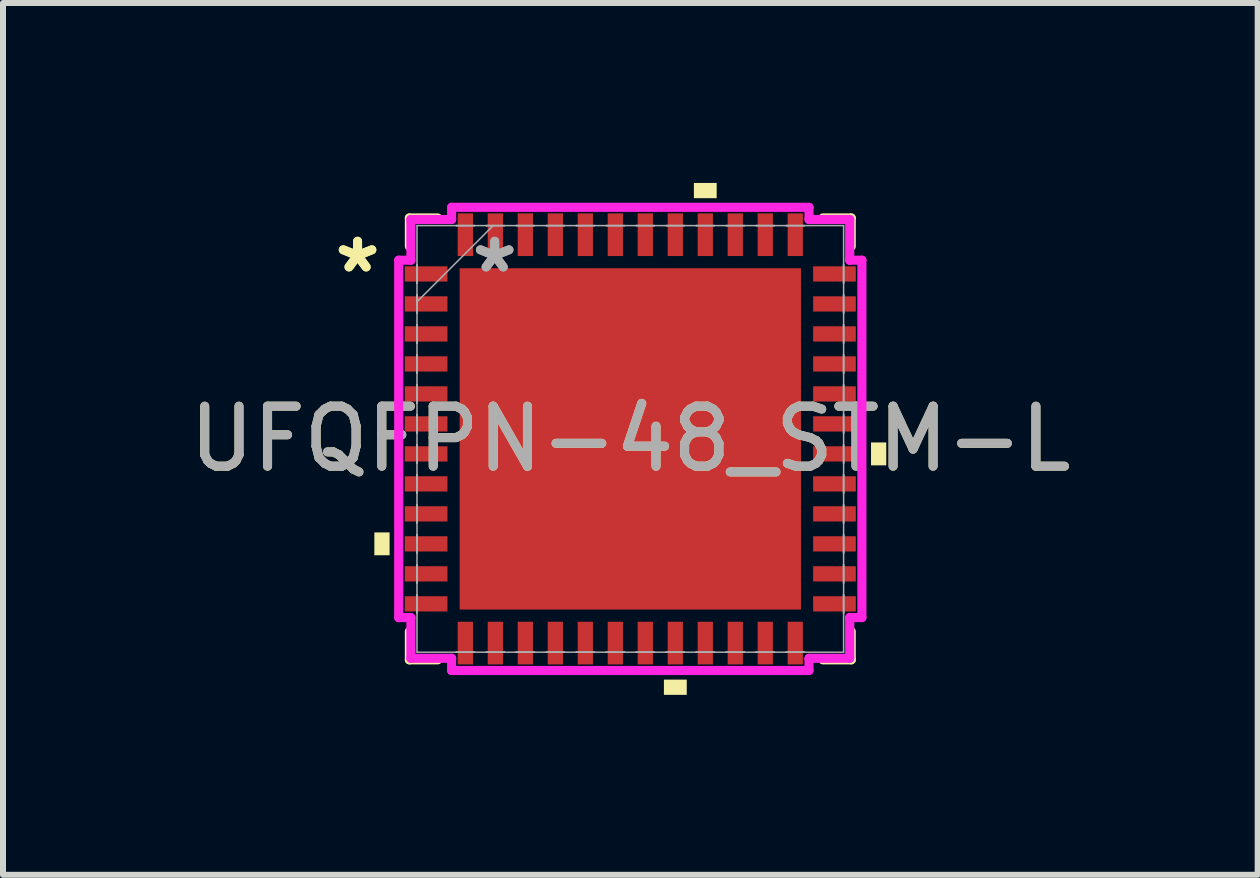
<source format=kicad_pcb>
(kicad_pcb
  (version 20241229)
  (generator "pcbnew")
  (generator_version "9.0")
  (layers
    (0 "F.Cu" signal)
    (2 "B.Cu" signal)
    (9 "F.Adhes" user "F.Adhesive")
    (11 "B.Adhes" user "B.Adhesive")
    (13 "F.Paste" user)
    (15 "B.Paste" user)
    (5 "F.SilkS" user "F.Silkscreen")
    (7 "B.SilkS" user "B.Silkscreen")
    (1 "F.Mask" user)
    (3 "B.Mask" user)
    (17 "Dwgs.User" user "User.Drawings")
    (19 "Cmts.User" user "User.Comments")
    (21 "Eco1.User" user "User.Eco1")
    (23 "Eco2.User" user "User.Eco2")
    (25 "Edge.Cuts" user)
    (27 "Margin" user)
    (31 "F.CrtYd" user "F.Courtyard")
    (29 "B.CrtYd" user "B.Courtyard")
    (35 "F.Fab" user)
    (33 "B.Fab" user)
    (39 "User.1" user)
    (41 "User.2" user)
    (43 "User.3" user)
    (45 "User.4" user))
  (footprint "UFQFPN-48_STM-L"
    (layer "F.Cu")
    (at 7.458 4.267)
    (property "Reference" "UFQFPN-48_STM-L" (at 0 0 0) (unlocked yes) (layer "F.SilkS") (effects (font (size 1 1) (thickness 0.15))))
    (attr smd)
    (fp_line (start -3.683 -3.683) (end -3.683 -3.21) (stroke (width 0.152) (type solid)) (layer "F.SilkS"))
    (fp_line (start -3.683 3.21) (end -3.683 3.683) (stroke (width 0.152) (type solid)) (layer "F.SilkS"))
    (fp_line (start -3.683 3.683) (end -3.21 3.683) (stroke (width 0.152) (type solid)) (layer "F.SilkS"))
    (fp_line (start -3.21 -3.683) (end -3.683 -3.683) (stroke (width 0.152) (type solid)) (layer "F.SilkS"))
    (fp_line (start 3.21 3.683) (end 3.683 3.683) (stroke (width 0.152) (type solid)) (layer "F.SilkS"))
    (fp_line (start 3.683 -3.683) (end 3.21 -3.683) (stroke (width 0.152) (type solid)) (layer "F.SilkS"))
    (fp_line (start 3.683 -3.21) (end 3.683 -3.683) (stroke (width 0.152) (type solid)) (layer "F.SilkS"))
    (fp_line (start 3.683 3.683) (end 3.683 3.21) (stroke (width 0.152) (type solid)) (layer "F.SilkS"))
    (fp_poly (pts (xy -4.267 1.559) (xy -4.267 1.94) (xy -4.013 1.94) (xy -4.013 1.559)) (stroke (width 0) (type solid)) (fill yes) (layer "F.SilkS"))
    (fp_poly (pts (xy 0.56 4.013) (xy 0.56 4.267) (xy 0.941 4.267) (xy 0.941 4.013)) (stroke (width 0) (type solid)) (fill yes) (layer "F.SilkS"))
    (fp_poly (pts (xy 1.06 -4.013) (xy 1.06 -4.267) (xy 1.44 -4.267) (xy 1.44 -4.013)) (stroke (width 0) (type solid)) (fill yes) (layer "F.SilkS"))
    (fp_poly (pts (xy 4.267 0.059) (xy 4.267 0.441) (xy 4.013 0.441) (xy 4.013 0.059)) (stroke (width 0) (type solid)) (fill yes) (layer "F.SilkS"))
    (fp_line (start -3.861 -2.979) (end -3.658 -2.979) (stroke (width 0.152) (type solid)) (layer "F.CrtYd"))
    (fp_line (start -3.861 2.979) (end -3.861 -2.979) (stroke (width 0.152) (type solid)) (layer "F.CrtYd"))
    (fp_line (start -3.658 -3.658) (end -2.979 -3.658) (stroke (width 0.152) (type solid)) (layer "F.CrtYd"))
    (fp_line (start -3.658 -2.979) (end -3.658 -3.658) (stroke (width 0.152) (type solid)) (layer "F.CrtYd"))
    (fp_line (start -3.658 2.979) (end -3.861 2.979) (stroke (width 0.152) (type solid)) (layer "F.CrtYd"))
    (fp_line (start -3.658 3.658) (end -3.658 2.979) (stroke (width 0.152) (type solid)) (layer "F.CrtYd"))
    (fp_line (start -2.979 -3.861) (end 2.979 -3.861) (stroke (width 0.152) (type solid)) (layer "F.CrtYd"))
    (fp_line (start -2.979 -3.658) (end -2.979 -3.861) (stroke (width 0.152) (type solid)) (layer "F.CrtYd"))
    (fp_line (start -2.979 3.658) (end -3.658 3.658) (stroke (width 0.152) (type solid)) (layer "F.CrtYd"))
    (fp_line (start -2.979 3.861) (end -2.979 3.658) (stroke (width 0.152) (type solid)) (layer "F.CrtYd"))
    (fp_line (start 2.979 -3.861) (end 2.979 -3.658) (stroke (width 0.152) (type solid)) (layer "F.CrtYd"))
    (fp_line (start 2.979 -3.658) (end 3.658 -3.658) (stroke (width 0.152) (type solid)) (layer "F.CrtYd"))
    (fp_line (start 2.979 3.658) (end 2.979 3.861) (stroke (width 0.152) (type solid)) (layer "F.CrtYd"))
    (fp_line (start 2.979 3.861) (end -2.979 3.861) (stroke (width 0.152) (type solid)) (layer "F.CrtYd"))
    (fp_line (start 3.658 -3.658) (end 3.658 -2.979) (stroke (width 0.152) (type solid)) (layer "F.CrtYd"))
    (fp_line (start 3.658 -2.979) (end 3.861 -2.979) (stroke (width 0.152) (type solid)) (layer "F.CrtYd"))
    (fp_line (start 3.658 2.979) (end 3.658 3.658) (stroke (width 0.152) (type solid)) (layer "F.CrtYd"))
    (fp_line (start 3.658 3.658) (end 2.979 3.658) (stroke (width 0.152) (type solid)) (layer "F.CrtYd"))
    (fp_line (start 3.861 -2.979) (end 3.861 2.979) (stroke (width 0.152) (type solid)) (layer "F.CrtYd"))
    (fp_line (start 3.861 2.979) (end 3.658 2.979) (stroke (width 0.152) (type solid)) (layer "F.CrtYd"))
    (fp_line (start -3.556 -3.556) (end -3.556 3.556) (stroke (width 0.025) (type solid)) (layer "F.Fab"))
    (fp_line (start -3.556 -2.902) (end -3.556 -2.902) (stroke (width 0.025) (type solid)) (layer "F.Fab"))
    (fp_line (start -3.556 -2.902) (end -3.556 -2.598) (stroke (width 0.025) (type solid)) (layer "F.Fab"))
    (fp_line (start -3.556 -2.598) (end -3.556 -2.902) (stroke (width 0.025) (type solid)) (layer "F.Fab"))
    (fp_line (start -3.556 -2.598) (end -3.556 -2.598) (stroke (width 0.025) (type solid)) (layer "F.Fab"))
    (fp_line (start -3.556 -2.402) (end -3.556 -2.402) (stroke (width 0.025) (type solid)) (layer "F.Fab"))
    (fp_line (start -3.556 -2.402) (end -3.556 -2.098) (stroke (width 0.025) (type solid)) (layer "F.Fab"))
    (fp_line (start -3.556 -2.286) (end -2.286 -3.556) (stroke (width 0.025) (type solid)) (layer "F.Fab"))
    (fp_line (start -3.556 -2.098) (end -3.556 -2.402) (stroke (width 0.025) (type solid)) (layer "F.Fab"))
    (fp_line (start -3.556 -2.098) (end -3.556 -2.098) (stroke (width 0.025) (type solid)) (layer "F.Fab"))
    (fp_line (start -3.556 -1.902) (end -3.556 -1.902) (stroke (width 0.025) (type solid)) (layer "F.Fab"))
    (fp_line (start -3.556 -1.902) (end -3.556 -1.598) (stroke (width 0.025) (type solid)) (layer "F.Fab"))
    (fp_line (start -3.556 -1.598) (end -3.556 -1.902) (stroke (width 0.025) (type solid)) (layer "F.Fab"))
    (fp_line (start -3.556 -1.598) (end -3.556 -1.598) (stroke (width 0.025) (type solid)) (layer "F.Fab"))
    (fp_line (start -3.556 -1.402) (end -3.556 -1.402) (stroke (width 0.025) (type solid)) (layer "F.Fab"))
    (fp_line (start -3.556 -1.402) (end -3.556 -1.098) (stroke (width 0.025) (type solid)) (layer "F.Fab"))
    (fp_line (start -3.556 -1.098) (end -3.556 -1.402) (stroke (width 0.025) (type solid)) (layer "F.Fab"))
    (fp_line (start -3.556 -1.098) (end -3.556 -1.098) (stroke (width 0.025) (type solid)) (layer "F.Fab"))
    (fp_line (start -3.556 -0.902) (end -3.556 -0.902) (stroke (width 0.025) (type solid)) (layer "F.Fab"))
    (fp_line (start -3.556 -0.902) (end -3.556 -0.598) (stroke (width 0.025) (type solid)) (layer "F.Fab"))
    (fp_line (start -3.556 -0.598) (end -3.556 -0.902) (stroke (width 0.025) (type solid)) (layer "F.Fab"))
    (fp_line (start -3.556 -0.598) (end -3.556 -0.598) (stroke (width 0.025) (type solid)) (layer "F.Fab"))
    (fp_line (start -3.556 -0.402) (end -3.556 -0.402) (stroke (width 0.025) (type solid)) (layer "F.Fab"))
    (fp_line (start -3.556 -0.402) (end -3.556 -0.098) (stroke (width 0.025) (type solid)) (layer "F.Fab"))
    (fp_line (start -3.556 -0.098) (end -3.556 -0.402) (stroke (width 0.025) (type solid)) (layer "F.Fab"))
    (fp_line (start -3.556 -0.098) (end -3.556 -0.098) (stroke (width 0.025) (type solid)) (layer "F.Fab"))
    (fp_line (start -3.556 0.098) (end -3.556 0.098) (stroke (width 0.025) (type solid)) (layer "F.Fab"))
    (fp_line (start -3.556 0.098) (end -3.556 0.402) (stroke (width 0.025) (type solid)) (layer "F.Fab"))
    (fp_line (start -3.556 0.402) (end -3.556 0.098) (stroke (width 0.025) (type solid)) (layer "F.Fab"))
    (fp_line (start -3.556 0.402) (end -3.556 0.402) (stroke (width 0.025) (type solid)) (layer "F.Fab"))
    (fp_line (start -3.556 0.598) (end -3.556 0.598) (stroke (width 0.025) (type solid)) (layer "F.Fab"))
    (fp_line (start -3.556 0.598) (end -3.556 0.902) (stroke (width 0.025) (type solid)) (layer "F.Fab"))
    (fp_line (start -3.556 0.902) (end -3.556 0.598) (stroke (width 0.025) (type solid)) (layer "F.Fab"))
    (fp_line (start -3.556 0.902) (end -3.556 0.902) (stroke (width 0.025) (type solid)) (layer "F.Fab"))
    (fp_line (start -3.556 1.098) (end -3.556 1.098) (stroke (width 0.025) (type solid)) (layer "F.Fab"))
    (fp_line (start -3.556 1.098) (end -3.556 1.402) (stroke (width 0.025) (type solid)) (layer "F.Fab"))
    (fp_line (start -3.556 1.402) (end -3.556 1.098) (stroke (width 0.025) (type solid)) (layer "F.Fab"))
    (fp_line (start -3.556 1.402) (end -3.556 1.402) (stroke (width 0.025) (type solid)) (layer "F.Fab"))
    (fp_line (start -3.556 1.598) (end -3.556 1.598) (stroke (width 0.025) (type solid)) (layer "F.Fab"))
    (fp_line (start -3.556 1.598) (end -3.556 1.902) (stroke (width 0.025) (type solid)) (layer "F.Fab"))
    (fp_line (start -3.556 1.902) (end -3.556 1.598) (stroke (width 0.025) (type solid)) (layer "F.Fab"))
    (fp_line (start -3.556 1.902) (end -3.556 1.902) (stroke (width 0.025) (type solid)) (layer "F.Fab"))
    (fp_line (start -3.556 2.098) (end -3.556 2.098) (stroke (width 0.025) (type solid)) (layer "F.Fab"))
    (fp_line (start -3.556 2.098) (end -3.556 2.402) (stroke (width 0.025) (type solid)) (layer "F.Fab"))
    (fp_line (start -3.556 2.402) (end -3.556 2.098) (stroke (width 0.025) (type solid)) (layer "F.Fab"))
    (fp_line (start -3.556 2.402) (end -3.556 2.402) (stroke (width 0.025) (type solid)) (layer "F.Fab"))
    (fp_line (start -3.556 2.598) (end -3.556 2.598) (stroke (width 0.025) (type solid)) (layer "F.Fab"))
    (fp_line (start -3.556 2.598) (end -3.556 2.902) (stroke (width 0.025) (type solid)) (layer "F.Fab"))
    (fp_line (start -3.556 2.902) (end -3.556 2.598) (stroke (width 0.025) (type solid)) (layer "F.Fab"))
    (fp_line (start -3.556 2.902) (end -3.556 2.902) (stroke (width 0.025) (type solid)) (layer "F.Fab"))
    (fp_line (start -3.556 3.556) (end 3.556 3.556) (stroke (width 0.025) (type solid)) (layer "F.Fab"))
    (fp_line (start -2.902 -3.556) (end -2.902 -3.556) (stroke (width 0.025) (type solid)) (layer "F.Fab"))
    (fp_line (start -2.902 -3.556) (end -2.598 -3.556) (stroke (width 0.025) (type solid)) (layer "F.Fab"))
    (fp_line (start -2.902 3.556) (end -2.902 3.556) (stroke (width 0.025) (type solid)) (layer "F.Fab"))
    (fp_line (start -2.902 3.556) (end -2.598 3.556) (stroke (width 0.025) (type solid)) (layer "F.Fab"))
    (fp_line (start -2.598 -3.556) (end -2.902 -3.556) (stroke (width 0.025) (type solid)) (layer "F.Fab"))
    (fp_line (start -2.598 -3.556) (end -2.598 -3.556) (stroke (width 0.025) (type solid)) (layer "F.Fab"))
    (fp_line (start -2.598 3.556) (end -2.902 3.556) (stroke (width 0.025) (type solid)) (layer "F.Fab"))
    (fp_line (start -2.598 3.556) (end -2.598 3.556) (stroke (width 0.025) (type solid)) (layer "F.Fab"))
    (fp_line (start -2.402 -3.556) (end -2.402 -3.556) (stroke (width 0.025) (type solid)) (layer "F.Fab"))
    (fp_line (start -2.402 -3.556) (end -2.098 -3.556) (stroke (width 0.025) (type solid)) (layer "F.Fab"))
    (fp_line (start -2.402 3.556) (end -2.402 3.556) (stroke (width 0.025) (type solid)) (layer "F.Fab"))
    (fp_line (start -2.402 3.556) (end -2.098 3.556) (stroke (width 0.025) (type solid)) (layer "F.Fab"))
    (fp_line (start -2.098 -3.556) (end -2.402 -3.556) (stroke (width 0.025) (type solid)) (layer "F.Fab"))
    (fp_line (start -2.098 -3.556) (end -2.098 -3.556) (stroke (width 0.025) (type solid)) (layer "F.Fab"))
    (fp_line (start -2.098 3.556) (end -2.402 3.556) (stroke (width 0.025) (type solid)) (layer "F.Fab"))
    (fp_line (start -2.098 3.556) (end -2.098 3.556) (stroke (width 0.025) (type solid)) (layer "F.Fab"))
    (fp_line (start -1.902 -3.556) (end -1.902 -3.556) (stroke (width 0.025) (type solid)) (layer "F.Fab"))
    (fp_line (start -1.902 -3.556) (end -1.598 -3.556) (stroke (width 0.025) (type solid)) (layer "F.Fab"))
    (fp_line (start -1.902 3.556) (end -1.902 3.556) (stroke (width 0.025) (type solid)) (layer "F.Fab"))
    (fp_line (start -1.902 3.556) (end -1.598 3.556) (stroke (width 0.025) (type solid)) (layer "F.Fab"))
    (fp_line (start -1.598 -3.556) (end -1.902 -3.556) (stroke (width 0.025) (type solid)) (layer "F.Fab"))
    (fp_line (start -1.598 -3.556) (end -1.598 -3.556) (stroke (width 0.025) (type solid)) (layer "F.Fab"))
    (fp_line (start -1.598 3.556) (end -1.902 3.556) (stroke (width 0.025) (type solid)) (layer "F.Fab"))
    (fp_line (start -1.598 3.556) (end -1.598 3.556) (stroke (width 0.025) (type solid)) (layer "F.Fab"))
    (fp_line (start -1.402 -3.556) (end -1.402 -3.556) (stroke (width 0.025) (type solid)) (layer "F.Fab"))
    (fp_line (start -1.402 -3.556) (end -1.098 -3.556) (stroke (width 0.025) (type solid)) (layer "F.Fab"))
    (fp_line (start -1.402 3.556) (end -1.402 3.556) (stroke (width 0.025) (type solid)) (layer "F.Fab"))
    (fp_line (start -1.402 3.556) (end -1.098 3.556) (stroke (width 0.025) (type solid)) (layer "F.Fab"))
    (fp_line (start -1.098 -3.556) (end -1.402 -3.556) (stroke (width 0.025) (type solid)) (layer "F.Fab"))
    (fp_line (start -1.098 -3.556) (end -1.098 -3.556) (stroke (width 0.025) (type solid)) (layer "F.Fab"))
    (fp_line (start -1.098 3.556) (end -1.402 3.556) (stroke (width 0.025) (type solid)) (layer "F.Fab"))
    (fp_line (start -1.098 3.556) (end -1.098 3.556) (stroke (width 0.025) (type solid)) (layer "F.Fab"))
    (fp_line (start -0.902 -3.556) (end -0.902 -3.556) (stroke (width 0.025) (type solid)) (layer "F.Fab"))
    (fp_line (start -0.902 -3.556) (end -0.598 -3.556) (stroke (width 0.025) (type solid)) (layer "F.Fab"))
    (fp_line (start -0.902 3.556) (end -0.902 3.556) (stroke (width 0.025) (type solid)) (layer "F.Fab"))
    (fp_line (start -0.902 3.556) (end -0.598 3.556) (stroke (width 0.025) (type solid)) (layer "F.Fab"))
    (fp_line (start -0.598 -3.556) (end -0.902 -3.556) (stroke (width 0.025) (type solid)) (layer "F.Fab"))
    (fp_line (start -0.598 -3.556) (end -0.598 -3.556) (stroke (width 0.025) (type solid)) (layer "F.Fab"))
    (fp_line (start -0.598 3.556) (end -0.902 3.556) (stroke (width 0.025) (type solid)) (layer "F.Fab"))
    (fp_line (start -0.598 3.556) (end -0.598 3.556) (stroke (width 0.025) (type solid)) (layer "F.Fab"))
    (fp_line (start -0.402 -3.556) (end -0.402 -3.556) (stroke (width 0.025) (type solid)) (layer "F.Fab"))
    (fp_line (start -0.402 -3.556) (end -0.098 -3.556) (stroke (width 0.025) (type solid)) (layer "F.Fab"))
    (fp_line (start -0.402 3.556) (end -0.402 3.556) (stroke (width 0.025) (type solid)) (layer "F.Fab"))
    (fp_line (start -0.402 3.556) (end -0.098 3.556) (stroke (width 0.025) (type solid)) (layer "F.Fab"))
    (fp_line (start -0.098 -3.556) (end -0.402 -3.556) (stroke (width 0.025) (type solid)) (layer "F.Fab"))
    (fp_line (start -0.098 -3.556) (end -0.098 -3.556) (stroke (width 0.025) (type solid)) (layer "F.Fab"))
    (fp_line (start -0.098 3.556) (end -0.402 3.556) (stroke (width 0.025) (type solid)) (layer "F.Fab"))
    (fp_line (start -0.098 3.556) (end -0.098 3.556) (stroke (width 0.025) (type solid)) (layer "F.Fab"))
    (fp_line (start 0.098 -3.556) (end 0.098 -3.556) (stroke (width 0.025) (type solid)) (layer "F.Fab"))
    (fp_line (start 0.098 -3.556) (end 0.402 -3.556) (stroke (width 0.025) (type solid)) (layer "F.Fab"))
    (fp_line (start 0.098 3.556) (end 0.098 3.556) (stroke (width 0.025) (type solid)) (layer "F.Fab"))
    (fp_line (start 0.098 3.556) (end 0.402 3.556) (stroke (width 0.025) (type solid)) (layer "F.Fab"))
    (fp_line (start 0.402 -3.556) (end 0.098 -3.556) (stroke (width 0.025) (type solid)) (layer "F.Fab"))
    (fp_line (start 0.402 -3.556) (end 0.402 -3.556) (stroke (width 0.025) (type solid)) (layer "F.Fab"))
    (fp_line (start 0.402 3.556) (end 0.098 3.556) (stroke (width 0.025) (type solid)) (layer "F.Fab"))
    (fp_line (start 0.402 3.556) (end 0.402 3.556) (stroke (width 0.025) (type solid)) (layer "F.Fab"))
    (fp_line (start 0.598 -3.556) (end 0.598 -3.556) (stroke (width 0.025) (type solid)) (layer "F.Fab"))
    (fp_line (start 0.598 -3.556) (end 0.902 -3.556) (stroke (width 0.025) (type solid)) (layer "F.Fab"))
    (fp_line (start 0.598 3.556) (end 0.598 3.556) (stroke (width 0.025) (type solid)) (layer "F.Fab"))
    (fp_line (start 0.598 3.556) (end 0.902 3.556) (stroke (width 0.025) (type solid)) (layer "F.Fab"))
    (fp_line (start 0.902 -3.556) (end 0.598 -3.556) (stroke (width 0.025) (type solid)) (layer "F.Fab"))
    (fp_line (start 0.902 -3.556) (end 0.902 -3.556) (stroke (width 0.025) (type solid)) (layer "F.Fab"))
    (fp_line (start 0.902 3.556) (end 0.598 3.556) (stroke (width 0.025) (type solid)) (layer "F.Fab"))
    (fp_line (start 0.902 3.556) (end 0.902 3.556) (stroke (width 0.025) (type solid)) (layer "F.Fab"))
    (fp_line (start 1.098 -3.556) (end 1.098 -3.556) (stroke (width 0.025) (type solid)) (layer "F.Fab"))
    (fp_line (start 1.098 -3.556) (end 1.402 -3.556) (stroke (width 0.025) (type solid)) (layer "F.Fab"))
    (fp_line (start 1.098 3.556) (end 1.098 3.556) (stroke (width 0.025) (type solid)) (layer "F.Fab"))
    (fp_line (start 1.098 3.556) (end 1.402 3.556) (stroke (width 0.025) (type solid)) (layer "F.Fab"))
    (fp_line (start 1.402 -3.556) (end 1.098 -3.556) (stroke (width 0.025) (type solid)) (layer "F.Fab"))
    (fp_line (start 1.402 -3.556) (end 1.402 -3.556) (stroke (width 0.025) (type solid)) (layer "F.Fab"))
    (fp_line (start 1.402 3.556) (end 1.098 3.556) (stroke (width 0.025) (type solid)) (layer "F.Fab"))
    (fp_line (start 1.402 3.556) (end 1.402 3.556) (stroke (width 0.025) (type solid)) (layer "F.Fab"))
    (fp_line (start 1.598 -3.556) (end 1.598 -3.556) (stroke (width 0.025) (type solid)) (layer "F.Fab"))
    (fp_line (start 1.598 -3.556) (end 1.902 -3.556) (stroke (width 0.025) (type solid)) (layer "F.Fab"))
    (fp_line (start 1.598 3.556) (end 1.598 3.556) (stroke (width 0.025) (type solid)) (layer "F.Fab"))
    (fp_line (start 1.598 3.556) (end 1.902 3.556) (stroke (width 0.025) (type solid)) (layer "F.Fab"))
    (fp_line (start 1.902 -3.556) (end 1.598 -3.556) (stroke (width 0.025) (type solid)) (layer "F.Fab"))
    (fp_line (start 1.902 -3.556) (end 1.902 -3.556) (stroke (width 0.025) (type solid)) (layer "F.Fab"))
    (fp_line (start 1.902 3.556) (end 1.598 3.556) (stroke (width 0.025) (type solid)) (layer "F.Fab"))
    (fp_line (start 1.902 3.556) (end 1.902 3.556) (stroke (width 0.025) (type solid)) (layer "F.Fab"))
    (fp_line (start 2.098 -3.556) (end 2.098 -3.556) (stroke (width 0.025) (type solid)) (layer "F.Fab"))
    (fp_line (start 2.098 -3.556) (end 2.402 -3.556) (stroke (width 0.025) (type solid)) (layer "F.Fab"))
    (fp_line (start 2.098 3.556) (end 2.098 3.556) (stroke (width 0.025) (type solid)) (layer "F.Fab"))
    (fp_line (start 2.098 3.556) (end 2.402 3.556) (stroke (width 0.025) (type solid)) (layer "F.Fab"))
    (fp_line (start 2.402 -3.556) (end 2.098 -3.556) (stroke (width 0.025) (type solid)) (layer "F.Fab"))
    (fp_line (start 2.402 -3.556) (end 2.402 -3.556) (stroke (width 0.025) (type solid)) (layer "F.Fab"))
    (fp_line (start 2.402 3.556) (end 2.098 3.556) (stroke (width 0.025) (type solid)) (layer "F.Fab"))
    (fp_line (start 2.402 3.556) (end 2.402 3.556) (stroke (width 0.025) (type solid)) (layer "F.Fab"))
    (fp_line (start 2.598 -3.556) (end 2.598 -3.556) (stroke (width 0.025) (type solid)) (layer "F.Fab"))
    (fp_line (start 2.598 -3.556) (end 2.902 -3.556) (stroke (width 0.025) (type solid)) (layer "F.Fab"))
    (fp_line (start 2.598 3.556) (end 2.598 3.556) (stroke (width 0.025) (type solid)) (layer "F.Fab"))
    (fp_line (start 2.598 3.556) (end 2.902 3.556) (stroke (width 0.025) (type solid)) (layer "F.Fab"))
    (fp_line (start 2.902 -3.556) (end 2.598 -3.556) (stroke (width 0.025) (type solid)) (layer "F.Fab"))
    (fp_line (start 2.902 -3.556) (end 2.902 -3.556) (stroke (width 0.025) (type solid)) (layer "F.Fab"))
    (fp_line (start 2.902 3.556) (end 2.598 3.556) (stroke (width 0.025) (type solid)) (layer "F.Fab"))
    (fp_line (start 2.902 3.556) (end 2.902 3.556) (stroke (width 0.025) (type solid)) (layer "F.Fab"))
    (fp_line (start 3.556 -3.556) (end -3.556 -3.556) (stroke (width 0.025) (type solid)) (layer "F.Fab"))
    (fp_line (start 3.556 -2.902) (end 3.556 -2.902) (stroke (width 0.025) (type solid)) (layer "F.Fab"))
    (fp_line (start 3.556 -2.902) (end 3.556 -2.598) (stroke (width 0.025) (type solid)) (layer "F.Fab"))
    (fp_line (start 3.556 -2.598) (end 3.556 -2.902) (stroke (width 0.025) (type solid)) (layer "F.Fab"))
    (fp_line (start 3.556 -2.598) (end 3.556 -2.598) (stroke (width 0.025) (type solid)) (layer "F.Fab"))
    (fp_line (start 3.556 -2.402) (end 3.556 -2.402) (stroke (width 0.025) (type solid)) (layer "F.Fab"))
    (fp_line (start 3.556 -2.402) (end 3.556 -2.098) (stroke (width 0.025) (type solid)) (layer "F.Fab"))
    (fp_line (start 3.556 -2.098) (end 3.556 -2.402) (stroke (width 0.025) (type solid)) (layer "F.Fab"))
    (fp_line (start 3.556 -2.098) (end 3.556 -2.098) (stroke (width 0.025) (type solid)) (layer "F.Fab"))
    (fp_line (start 3.556 -1.902) (end 3.556 -1.902) (stroke (width 0.025) (type solid)) (layer "F.Fab"))
    (fp_line (start 3.556 -1.902) (end 3.556 -1.598) (stroke (width 0.025) (type solid)) (layer "F.Fab"))
    (fp_line (start 3.556 -1.598) (end 3.556 -1.902) (stroke (width 0.025) (type solid)) (layer "F.Fab"))
    (fp_line (start 3.556 -1.598) (end 3.556 -1.598) (stroke (width 0.025) (type solid)) (layer "F.Fab"))
    (fp_line (start 3.556 -1.402) (end 3.556 -1.402) (stroke (width 0.025) (type solid)) (layer "F.Fab"))
    (fp_line (start 3.556 -1.402) (end 3.556 -1.098) (stroke (width 0.025) (type solid)) (layer "F.Fab"))
    (fp_line (start 3.556 -1.098) (end 3.556 -1.402) (stroke (width 0.025) (type solid)) (layer "F.Fab"))
    (fp_line (start 3.556 -1.098) (end 3.556 -1.098) (stroke (width 0.025) (type solid)) (layer "F.Fab"))
    (fp_line (start 3.556 -0.902) (end 3.556 -0.902) (stroke (width 0.025) (type solid)) (layer "F.Fab"))
    (fp_line (start 3.556 -0.902) (end 3.556 -0.598) (stroke (width 0.025) (type solid)) (layer "F.Fab"))
    (fp_line (start 3.556 -0.598) (end 3.556 -0.902) (stroke (width 0.025) (type solid)) (layer "F.Fab"))
    (fp_line (start 3.556 -0.598) (end 3.556 -0.598) (stroke (width 0.025) (type solid)) (layer "F.Fab"))
    (fp_line (start 3.556 -0.402) (end 3.556 -0.402) (stroke (width 0.025) (type solid)) (layer "F.Fab"))
    (fp_line (start 3.556 -0.402) (end 3.556 -0.098) (stroke (width 0.025) (type solid)) (layer "F.Fab"))
    (fp_line (start 3.556 -0.098) (end 3.556 -0.402) (stroke (width 0.025) (type solid)) (layer "F.Fab"))
    (fp_line (start 3.556 -0.098) (end 3.556 -0.098) (stroke (width 0.025) (type solid)) (layer "F.Fab"))
    (fp_line (start 3.556 0.098) (end 3.556 0.098) (stroke (width 0.025) (type solid)) (layer "F.Fab"))
    (fp_line (start 3.556 0.098) (end 3.556 0.402) (stroke (width 0.025) (type solid)) (layer "F.Fab"))
    (fp_line (start 3.556 0.402) (end 3.556 0.098) (stroke (width 0.025) (type solid)) (layer "F.Fab"))
    (fp_line (start 3.556 0.402) (end 3.556 0.402) (stroke (width 0.025) (type solid)) (layer "F.Fab"))
    (fp_line (start 3.556 0.598) (end 3.556 0.598) (stroke (width 0.025) (type solid)) (layer "F.Fab"))
    (fp_line (start 3.556 0.598) (end 3.556 0.902) (stroke (width 0.025) (type solid)) (layer "F.Fab"))
    (fp_line (start 3.556 0.902) (end 3.556 0.598) (stroke (width 0.025) (type solid)) (layer "F.Fab"))
    (fp_line (start 3.556 0.902) (end 3.556 0.902) (stroke (width 0.025) (type solid)) (layer "F.Fab"))
    (fp_line (start 3.556 1.098) (end 3.556 1.098) (stroke (width 0.025) (type solid)) (layer "F.Fab"))
    (fp_line (start 3.556 1.098) (end 3.556 1.402) (stroke (width 0.025) (type solid)) (layer "F.Fab"))
    (fp_line (start 3.556 1.402) (end 3.556 1.098) (stroke (width 0.025) (type solid)) (layer "F.Fab"))
    (fp_line (start 3.556 1.402) (end 3.556 1.402) (stroke (width 0.025) (type solid)) (layer "F.Fab"))
    (fp_line (start 3.556 1.598) (end 3.556 1.598) (stroke (width 0.025) (type solid)) (layer "F.Fab"))
    (fp_line (start 3.556 1.598) (end 3.556 1.902) (stroke (width 0.025) (type solid)) (layer "F.Fab"))
    (fp_line (start 3.556 1.902) (end 3.556 1.598) (stroke (width 0.025) (type solid)) (layer "F.Fab"))
    (fp_line (start 3.556 1.902) (end 3.556 1.902) (stroke (width 0.025) (type solid)) (layer "F.Fab"))
    (fp_line (start 3.556 2.098) (end 3.556 2.098) (stroke (width 0.025) (type solid)) (layer "F.Fab"))
    (fp_line (start 3.556 2.098) (end 3.556 2.402) (stroke (width 0.025) (type solid)) (layer "F.Fab"))
    (fp_line (start 3.556 2.402) (end 3.556 2.098) (stroke (width 0.025) (type solid)) (layer "F.Fab"))
    (fp_line (start 3.556 2.402) (end 3.556 2.402) (stroke (width 0.025) (type solid)) (layer "F.Fab"))
    (fp_line (start 3.556 2.598) (end 3.556 2.598) (stroke (width 0.025) (type solid)) (layer "F.Fab"))
    (fp_line (start 3.556 2.598) (end 3.556 2.902) (stroke (width 0.025) (type solid)) (layer "F.Fab"))
    (fp_line (start 3.556 2.902) (end 3.556 2.598) (stroke (width 0.025) (type solid)) (layer "F.Fab"))
    (fp_line (start 3.556 2.902) (end 3.556 2.902) (stroke (width 0.025) (type solid)) (layer "F.Fab"))
    (fp_line (start 3.556 3.556) (end 3.556 -3.556) (stroke (width 0.025) (type solid)) (layer "F.Fab"))
    (fp_text user "*" (at -4.547 -2.75 0) (unlocked yes) (layer "F.SilkS") (effects (font (size 1 1) (thickness 0.15))))
    (fp_text user "*" (at -4.547 -2.75 0) (layer "F.SilkS") (effects (font (size 1 1) (thickness 0.15))))
    (fp_text user "${REFERENCE}" (at 0 0 0) (unlocked yes) (layer "F.Fab") (effects (font (size 1 1) (thickness 0.15))))
    (fp_text user "*" (at -2.261 -2.75 0) (layer "F.Fab") (effects (font (size 1 1) (thickness 0.15))))
    (fp_text user "*" (at -2.261 -2.75 0) (unlocked yes) (layer "F.Fab") (effects (font (size 1 1) (thickness 0.15))))
    (pad "1" smd rect (at -3.404 -2.75 90) (size 0.254 0.711) (layers "F.Cu" "F.Mask" "F.Paste"))
    (pad "2" smd rect (at -3.404 -2.25 90) (size 0.254 0.711) (layers "F.Cu" "F.Mask" "F.Paste"))
    (pad "3" smd rect (at -3.404 -1.75 90) (size 0.254 0.711) (layers "F.Cu" "F.Mask" "F.Paste"))
    (pad "4" smd rect (at -3.404 -1.25 90) (size 0.254 0.711) (layers "F.Cu" "F.Mask" "F.Paste"))
    (pad "5" smd rect (at -3.404 -0.75 90) (size 0.254 0.711) (layers "F.Cu" "F.Mask" "F.Paste"))
    (pad "6" smd rect (at -3.404 -0.25 90) (size 0.254 0.711) (layers "F.Cu" "F.Mask" "F.Paste"))
    (pad "7" smd rect (at -3.404 0.25 90) (size 0.254 0.711) (layers "F.Cu" "F.Mask" "F.Paste"))
    (pad "8" smd rect (at -3.404 0.75 90) (size 0.254 0.711) (layers "F.Cu" "F.Mask" "F.Paste"))
    (pad "9" smd rect (at -3.404 1.25 90) (size 0.254 0.711) (layers "F.Cu" "F.Mask" "F.Paste"))
    (pad "10" smd rect (at -3.404 1.75 90) (size 0.254 0.711) (layers "F.Cu" "F.Mask" "F.Paste"))
    (pad "11" smd rect (at -3.404 2.25 90) (size 0.254 0.711) (layers "F.Cu" "F.Mask" "F.Paste"))
    (pad "12" smd rect (at -3.404 2.75 90) (size 0.254 0.711) (layers "F.Cu" "F.Mask" "F.Paste"))
    (pad "13" smd rect (at -2.75 3.404) (size 0.254 0.711) (layers "F.Cu" "F.Mask" "F.Paste"))
    (pad "14" smd rect (at -2.25 3.404) (size 0.254 0.711) (layers "F.Cu" "F.Mask" "F.Paste"))
    (pad "15" smd rect (at -1.75 3.404) (size 0.254 0.711) (layers "F.Cu" "F.Mask" "F.Paste"))
    (pad "16" smd rect (at -1.25 3.404) (size 0.254 0.711) (layers "F.Cu" "F.Mask" "F.Paste"))
    (pad "17" smd rect (at -0.75 3.404) (size 0.254 0.711) (layers "F.Cu" "F.Mask" "F.Paste"))
    (pad "18" smd rect (at -0.25 3.404) (size 0.254 0.711) (layers "F.Cu" "F.Mask" "F.Paste"))
    (pad "19" smd rect (at 0.25 3.404) (size 0.254 0.711) (layers "F.Cu" "F.Mask" "F.Paste"))
    (pad "20" smd rect (at 0.75 3.404) (size 0.254 0.711) (layers "F.Cu" "F.Mask" "F.Paste"))
    (pad "21" smd rect (at 1.25 3.404) (size 0.254 0.711) (layers "F.Cu" "F.Mask" "F.Paste"))
    (pad "22" smd rect (at 1.75 3.404) (size 0.254 0.711) (layers "F.Cu" "F.Mask" "F.Paste"))
    (pad "23" smd rect (at 2.25 3.404) (size 0.254 0.711) (layers "F.Cu" "F.Mask" "F.Paste"))
    (pad "24" smd rect (at 2.75 3.404) (size 0.254 0.711) (layers "F.Cu" "F.Mask" "F.Paste"))
    (pad "25" smd rect (at 3.404 2.75 90) (size 0.254 0.711) (layers "F.Cu" "F.Mask" "F.Paste"))
    (pad "26" smd rect (at 3.404 2.25 90) (size 0.254 0.711) (layers "F.Cu" "F.Mask" "F.Paste"))
    (pad "27" smd rect (at 3.404 1.75 90) (size 0.254 0.711) (layers "F.Cu" "F.Mask" "F.Paste"))
    (pad "28" smd rect (at 3.404 1.25 90) (size 0.254 0.711) (layers "F.Cu" "F.Mask" "F.Paste"))
    (pad "29" smd rect (at 3.404 0.75 90) (size 0.254 0.711) (layers "F.Cu" "F.Mask" "F.Paste"))
    (pad "30" smd rect (at 3.404 0.25 90) (size 0.254 0.711) (layers "F.Cu" "F.Mask" "F.Paste"))
    (pad "31" smd rect (at 3.404 -0.25 90) (size 0.254 0.711) (layers "F.Cu" "F.Mask" "F.Paste"))
    (pad "32" smd rect (at 3.404 -0.75 90) (size 0.254 0.711) (layers "F.Cu" "F.Mask" "F.Paste"))
    (pad "33" smd rect (at 3.404 -1.25 90) (size 0.254 0.711) (layers "F.Cu" "F.Mask" "F.Paste"))
    (pad "34" smd rect (at 3.404 -1.75 90) (size 0.254 0.711) (layers "F.Cu" "F.Mask" "F.Paste"))
    (pad "35" smd rect (at 3.404 -2.25 90) (size 0.254 0.711) (layers "F.Cu" "F.Mask" "F.Paste"))
    (pad "36" smd rect (at 3.404 -2.75 90) (size 0.254 0.711) (layers "F.Cu" "F.Mask" "F.Paste"))
    (pad "37" smd rect (at 2.75 -3.404) (size 0.254 0.711) (layers "F.Cu" "F.Mask" "F.Paste"))
    (pad "38" smd rect (at 2.25 -3.404) (size 0.254 0.711) (layers "F.Cu" "F.Mask" "F.Paste"))
    (pad "39" smd rect (at 1.75 -3.404) (size 0.254 0.711) (layers "F.Cu" "F.Mask" "F.Paste"))
    (pad "40" smd rect (at 1.25 -3.404) (size 0.254 0.711) (layers "F.Cu" "F.Mask" "F.Paste"))
    (pad "41" smd rect (at 0.75 -3.404) (size 0.254 0.711) (layers "F.Cu" "F.Mask" "F.Paste"))
    (pad "42" smd rect (at 0.25 -3.404) (size 0.254 0.711) (layers "F.Cu" "F.Mask" "F.Paste"))
    (pad "43" smd rect (at -0.25 -3.404) (size 0.254 0.711) (layers "F.Cu" "F.Mask" "F.Paste"))
    (pad "44" smd rect (at -0.75 -3.404) (size 0.254 0.711) (layers "F.Cu" "F.Mask" "F.Paste"))
    (pad "45" smd rect (at -1.25 -3.404) (size 0.254 0.711) (layers "F.Cu" "F.Mask" "F.Paste"))
    (pad "46" smd rect (at -1.75 -3.404) (size 0.254 0.711) (layers "F.Cu" "F.Mask" "F.Paste"))
    (pad "47" smd rect (at -2.25 -3.404) (size 0.254 0.711) (layers "F.Cu" "F.Mask" "F.Paste"))
    (pad "48" smd rect (at -2.75 -3.404) (size 0.254 0.711) (layers "F.Cu" "F.Mask" "F.Paste"))
    (pad "49" smd rect (at 0 0) (size 5.69 5.69) (layers "F.Cu" "F.Mask" "F.Paste")))
  (gr_rect
    (start -3 -3)
    (end 17.917 11.534)
    (stroke (width 0.1) (type default))
    (fill no)
    (layer "Edge.Cuts")))
</source>
